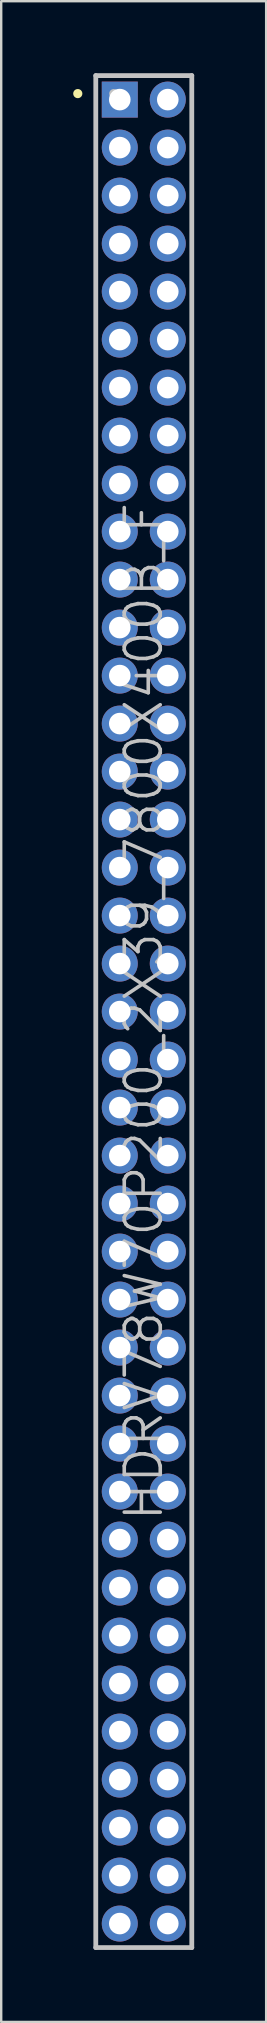
<source format=kicad_pcb>
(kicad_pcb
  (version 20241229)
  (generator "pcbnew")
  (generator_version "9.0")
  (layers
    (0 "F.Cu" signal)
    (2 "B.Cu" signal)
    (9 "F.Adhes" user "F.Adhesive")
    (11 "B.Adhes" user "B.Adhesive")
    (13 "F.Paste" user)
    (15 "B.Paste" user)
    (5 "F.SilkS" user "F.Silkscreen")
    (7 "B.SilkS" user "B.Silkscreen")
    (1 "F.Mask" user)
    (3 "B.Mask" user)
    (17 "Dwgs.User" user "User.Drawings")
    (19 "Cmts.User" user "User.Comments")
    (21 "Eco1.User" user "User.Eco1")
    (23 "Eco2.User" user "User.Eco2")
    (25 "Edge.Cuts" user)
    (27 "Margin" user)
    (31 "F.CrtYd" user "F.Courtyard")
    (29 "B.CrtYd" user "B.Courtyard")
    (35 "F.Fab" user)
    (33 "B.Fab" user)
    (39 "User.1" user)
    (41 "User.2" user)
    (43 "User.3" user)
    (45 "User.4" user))
  (footprint "HDRV78W70P200_2X39_7800X400B_F"
    (layer "F.Cu")
    (at 2.941 39.1)
    (property "Reference" "HDRV78W70P200_2X39_7800X400B_F" (at 0 0 90) (layer "Dwgs.User") (effects (font (size 1.5 1.5) (thickness 0.15))))
    (attr through_hole)
    (fp_line (start -2.75 -38.25) (end -2.75 -38.25) (stroke (width 0.381) (type solid)) (layer "F.SilkS"))
    (fp_line (start -2 -39) (end -2 39) (stroke (width 0.2) (type solid)) (layer "Dwgs.User"))
    (fp_line (start -2 -39) (end 2 -39) (stroke (width 0.2) (type solid)) (layer "Dwgs.User"))
    (fp_line (start -2 39) (end 2 39) (stroke (width 0.2) (type solid)) (layer "Dwgs.User"))
    (fp_line (start -1.25 -38.25) (end -1.25 -38.25) (stroke (width 0.381) (type solid)) (layer "Dwgs.User"))
    (fp_line (start 2 -39) (end 2 39) (stroke (width 0.2) (type solid)) (layer "Dwgs.User"))
    (pad "1" thru_hole rect (at -1 -38) (size 1.5 1.5) (drill 0.9) (layers "*.Cu" "*.Mask"))
    (pad "2" thru_hole circle (at 1 -38 270) (size 1.5 1.5) (drill 0.9) (layers "*.Cu" "*.Mask"))
    (pad "3" thru_hole circle (at -1 -36 270) (size 1.5 1.5) (drill 0.9) (layers "*.Cu" "*.Mask"))
    (pad "4" thru_hole circle (at 1 -36 270) (size 1.5 1.5) (drill 0.9) (layers "*.Cu" "*.Mask"))
    (pad "5" thru_hole circle (at -1 -34 270) (size 1.5 1.5) (drill 0.9) (layers "*.Cu" "*.Mask"))
    (pad "6" thru_hole circle (at 1 -34 270) (size 1.5 1.5) (drill 0.9) (layers "*.Cu" "*.Mask"))
    (pad "7" thru_hole circle (at -1 -32 270) (size 1.5 1.5) (drill 0.9) (layers "*.Cu" "*.Mask"))
    (pad "8" thru_hole circle (at 1 -32 270) (size 1.5 1.5) (drill 0.9) (layers "*.Cu" "*.Mask"))
    (pad "9" thru_hole circle (at -1 -30 270) (size 1.5 1.5) (drill 0.9) (layers "*.Cu" "*.Mask"))
    (pad "10" thru_hole circle (at 1 -30 270) (size 1.5 1.5) (drill 0.9) (layers "*.Cu" "*.Mask"))
    (pad "11" thru_hole circle (at -1 -28 270) (size 1.5 1.5) (drill 0.9) (layers "*.Cu" "*.Mask"))
    (pad "12" thru_hole circle (at 1 -28 270) (size 1.5 1.5) (drill 0.9) (layers "*.Cu" "*.Mask"))
    (pad "13" thru_hole circle (at -1 -26 270) (size 1.5 1.5) (drill 0.9) (layers "*.Cu" "*.Mask"))
    (pad "14" thru_hole circle (at 1 -26 270) (size 1.5 1.5) (drill 0.9) (layers "*.Cu" "*.Mask"))
    (pad "15" thru_hole circle (at -1 -24 270) (size 1.5 1.5) (drill 0.9) (layers "*.Cu" "*.Mask"))
    (pad "16" thru_hole circle (at 1 -24 270) (size 1.5 1.5) (drill 0.9) (layers "*.Cu" "*.Mask"))
    (pad "17" thru_hole circle (at -1 -22 270) (size 1.5 1.5) (drill 0.9) (layers "*.Cu" "*.Mask"))
    (pad "18" thru_hole circle (at 1 -22 270) (size 1.5 1.5) (drill 0.9) (layers "*.Cu" "*.Mask"))
    (pad "19" thru_hole circle (at -1 -20 270) (size 1.5 1.5) (drill 0.9) (layers "*.Cu" "*.Mask"))
    (pad "20" thru_hole circle (at 1 -20 270) (size 1.5 1.5) (drill 0.9) (layers "*.Cu" "*.Mask"))
    (pad "21" thru_hole circle (at -1 -18 270) (size 1.5 1.5) (drill 0.9) (layers "*.Cu" "*.Mask"))
    (pad "22" thru_hole circle (at 1 -18 270) (size 1.5 1.5) (drill 0.9) (layers "*.Cu" "*.Mask"))
    (pad "23" thru_hole circle (at -1 -16 270) (size 1.5 1.5) (drill 0.9) (layers "*.Cu" "*.Mask"))
    (pad "24" thru_hole circle (at 1 -16 270) (size 1.5 1.5) (drill 0.9) (layers "*.Cu" "*.Mask"))
    (pad "25" thru_hole circle (at -1 -14 270) (size 1.5 1.5) (drill 0.9) (layers "*.Cu" "*.Mask"))
    (pad "26" thru_hole circle (at 1 -14 270) (size 1.5 1.5) (drill 0.9) (layers "*.Cu" "*.Mask"))
    (pad "27" thru_hole circle (at -1 -12 270) (size 1.5 1.5) (drill 0.9) (layers "*.Cu" "*.Mask"))
    (pad "28" thru_hole circle (at 1 -12 270) (size 1.5 1.5) (drill 0.9) (layers "*.Cu" "*.Mask"))
    (pad "29" thru_hole circle (at -1 -10 270) (size 1.5 1.5) (drill 0.9) (layers "*.Cu" "*.Mask"))
    (pad "30" thru_hole circle (at 1 -10 270) (size 1.5 1.5) (drill 0.9) (layers "*.Cu" "*.Mask"))
    (pad "31" thru_hole circle (at -1 -8 270) (size 1.5 1.5) (drill 0.9) (layers "*.Cu" "*.Mask"))
    (pad "32" thru_hole circle (at 1 -8 270) (size 1.5 1.5) (drill 0.9) (layers "*.Cu" "*.Mask"))
    (pad "33" thru_hole circle (at -1 -6 270) (size 1.5 1.5) (drill 0.9) (layers "*.Cu" "*.Mask"))
    (pad "34" thru_hole circle (at 1 -6 270) (size 1.5 1.5) (drill 0.9) (layers "*.Cu" "*.Mask"))
    (pad "35" thru_hole circle (at -1 -4 270) (size 1.5 1.5) (drill 0.9) (layers "*.Cu" "*.Mask"))
    (pad "36" thru_hole circle (at 1 -4 270) (size 1.5 1.5) (drill 0.9) (layers "*.Cu" "*.Mask"))
    (pad "37" thru_hole circle (at -1 -2 270) (size 1.5 1.5) (drill 0.9) (layers "*.Cu" "*.Mask"))
    (pad "38" thru_hole circle (at 1 -2 270) (size 1.5 1.5) (drill 0.9) (layers "*.Cu" "*.Mask"))
    (pad "39" thru_hole circle (at -1 0 270) (size 1.5 1.5) (drill 0.9) (layers "*.Cu" "*.Mask"))
    (pad "40" thru_hole circle (at 1 0 270) (size 1.5 1.5) (drill 0.9) (layers "*.Cu" "*.Mask"))
    (pad "41" thru_hole circle (at -1 2 270) (size 1.5 1.5) (drill 0.9) (layers "*.Cu" "*.Mask"))
    (pad "42" thru_hole circle (at 1 2 270) (size 1.5 1.5) (drill 0.9) (layers "*.Cu" "*.Mask"))
    (pad "43" thru_hole circle (at -1 4 270) (size 1.5 1.5) (drill 0.9) (layers "*.Cu" "*.Mask"))
    (pad "44" thru_hole circle (at 1 4 270) (size 1.5 1.5) (drill 0.9) (layers "*.Cu" "*.Mask"))
    (pad "45" thru_hole circle (at -1 6 270) (size 1.5 1.5) (drill 0.9) (layers "*.Cu" "*.Mask"))
    (pad "46" thru_hole circle (at 1 6 270) (size 1.5 1.5) (drill 0.9) (layers "*.Cu" "*.Mask"))
    (pad "47" thru_hole circle (at -1 8 270) (size 1.5 1.5) (drill 0.9) (layers "*.Cu" "*.Mask"))
    (pad "48" thru_hole circle (at 1 8 270) (size 1.5 1.5) (drill 0.9) (layers "*.Cu" "*.Mask"))
    (pad "49" thru_hole circle (at -1 10 270) (size 1.5 1.5) (drill 0.9) (layers "*.Cu" "*.Mask"))
    (pad "50" thru_hole circle (at 1 10 270) (size 1.5 1.5) (drill 0.9) (layers "*.Cu" "*.Mask"))
    (pad "51" thru_hole circle (at -1 12 270) (size 1.5 1.5) (drill 0.9) (layers "*.Cu" "*.Mask"))
    (pad "52" thru_hole circle (at 1 12 270) (size 1.5 1.5) (drill 0.9) (layers "*.Cu" "*.Mask"))
    (pad "53" thru_hole circle (at -1 14 270) (size 1.5 1.5) (drill 0.9) (layers "*.Cu" "*.Mask"))
    (pad "54" thru_hole circle (at 1 14 270) (size 1.5 1.5) (drill 0.9) (layers "*.Cu" "*.Mask"))
    (pad "55" thru_hole circle (at -1 16 270) (size 1.5 1.5) (drill 0.9) (layers "*.Cu" "*.Mask"))
    (pad "56" thru_hole circle (at 1 16 270) (size 1.5 1.5) (drill 0.9) (layers "*.Cu" "*.Mask"))
    (pad "57" thru_hole circle (at -1 18 270) (size 1.5 1.5) (drill 0.9) (layers "*.Cu" "*.Mask"))
    (pad "58" thru_hole circle (at 1 18 270) (size 1.5 1.5) (drill 0.9) (layers "*.Cu" "*.Mask"))
    (pad "59" thru_hole circle (at -1 20 270) (size 1.5 1.5) (drill 0.9) (layers "*.Cu" "*.Mask"))
    (pad "60" thru_hole circle (at 1 20 270) (size 1.5 1.5) (drill 0.9) (layers "*.Cu" "*.Mask"))
    (pad "61" thru_hole circle (at -1 22 270) (size 1.5 1.5) (drill 0.9) (layers "*.Cu" "*.Mask"))
    (pad "62" thru_hole circle (at 1 22 270) (size 1.5 1.5) (drill 0.9) (layers "*.Cu" "*.Mask"))
    (pad "63" thru_hole circle (at -1 24 270) (size 1.5 1.5) (drill 0.9) (layers "*.Cu" "*.Mask"))
    (pad "64" thru_hole circle (at 1 24 270) (size 1.5 1.5) (drill 0.9) (layers "*.Cu" "*.Mask"))
    (pad "65" thru_hole circle (at -1 26 270) (size 1.5 1.5) (drill 0.9) (layers "*.Cu" "*.Mask"))
    (pad "66" thru_hole circle (at 1 26 270) (size 1.5 1.5) (drill 0.9) (layers "*.Cu" "*.Mask"))
    (pad "67" thru_hole circle (at -1 28 270) (size 1.5 1.5) (drill 0.9) (layers "*.Cu" "*.Mask"))
    (pad "68" thru_hole circle (at 1 28 270) (size 1.5 1.5) (drill 0.9) (layers "*.Cu" "*.Mask"))
    (pad "69" thru_hole circle (at -1 30 270) (size 1.5 1.5) (drill 0.9) (layers "*.Cu" "*.Mask"))
    (pad "70" thru_hole circle (at 1 30 270) (size 1.5 1.5) (drill 0.9) (layers "*.Cu" "*.Mask"))
    (pad "71" thru_hole circle (at -1 32 270) (size 1.5 1.5) (drill 0.9) (layers "*.Cu" "*.Mask"))
    (pad "72" thru_hole circle (at 1 32 270) (size 1.5 1.5) (drill 0.9) (layers "*.Cu" "*.Mask"))
    (pad "73" thru_hole circle (at -1 34 270) (size 1.5 1.5) (drill 0.9) (layers "*.Cu" "*.Mask"))
    (pad "74" thru_hole circle (at 1 34 270) (size 1.5 1.5) (drill 0.9) (layers "*.Cu" "*.Mask"))
    (pad "75" thru_hole circle (at -1 36 270) (size 1.5 1.5) (drill 0.9) (layers "*.Cu" "*.Mask"))
    (pad "76" thru_hole circle (at 1 36 270) (size 1.5 1.5) (drill 0.9) (layers "*.Cu" "*.Mask"))
    (pad "77" thru_hole circle (at -1 38 270) (size 1.5 1.5) (drill 0.9) (layers "*.Cu" "*.Mask"))
    (pad "78" thru_hole circle (at 1 38 270) (size 1.5 1.5) (drill 0.9) (layers "*.Cu" "*.Mask")))
  (gr_rect
    (start -3 -3)
    (end 8.04 81.2)
    (stroke (width 0.1) (type default))
    (fill no)
    (layer "Edge.Cuts")))
</source>
